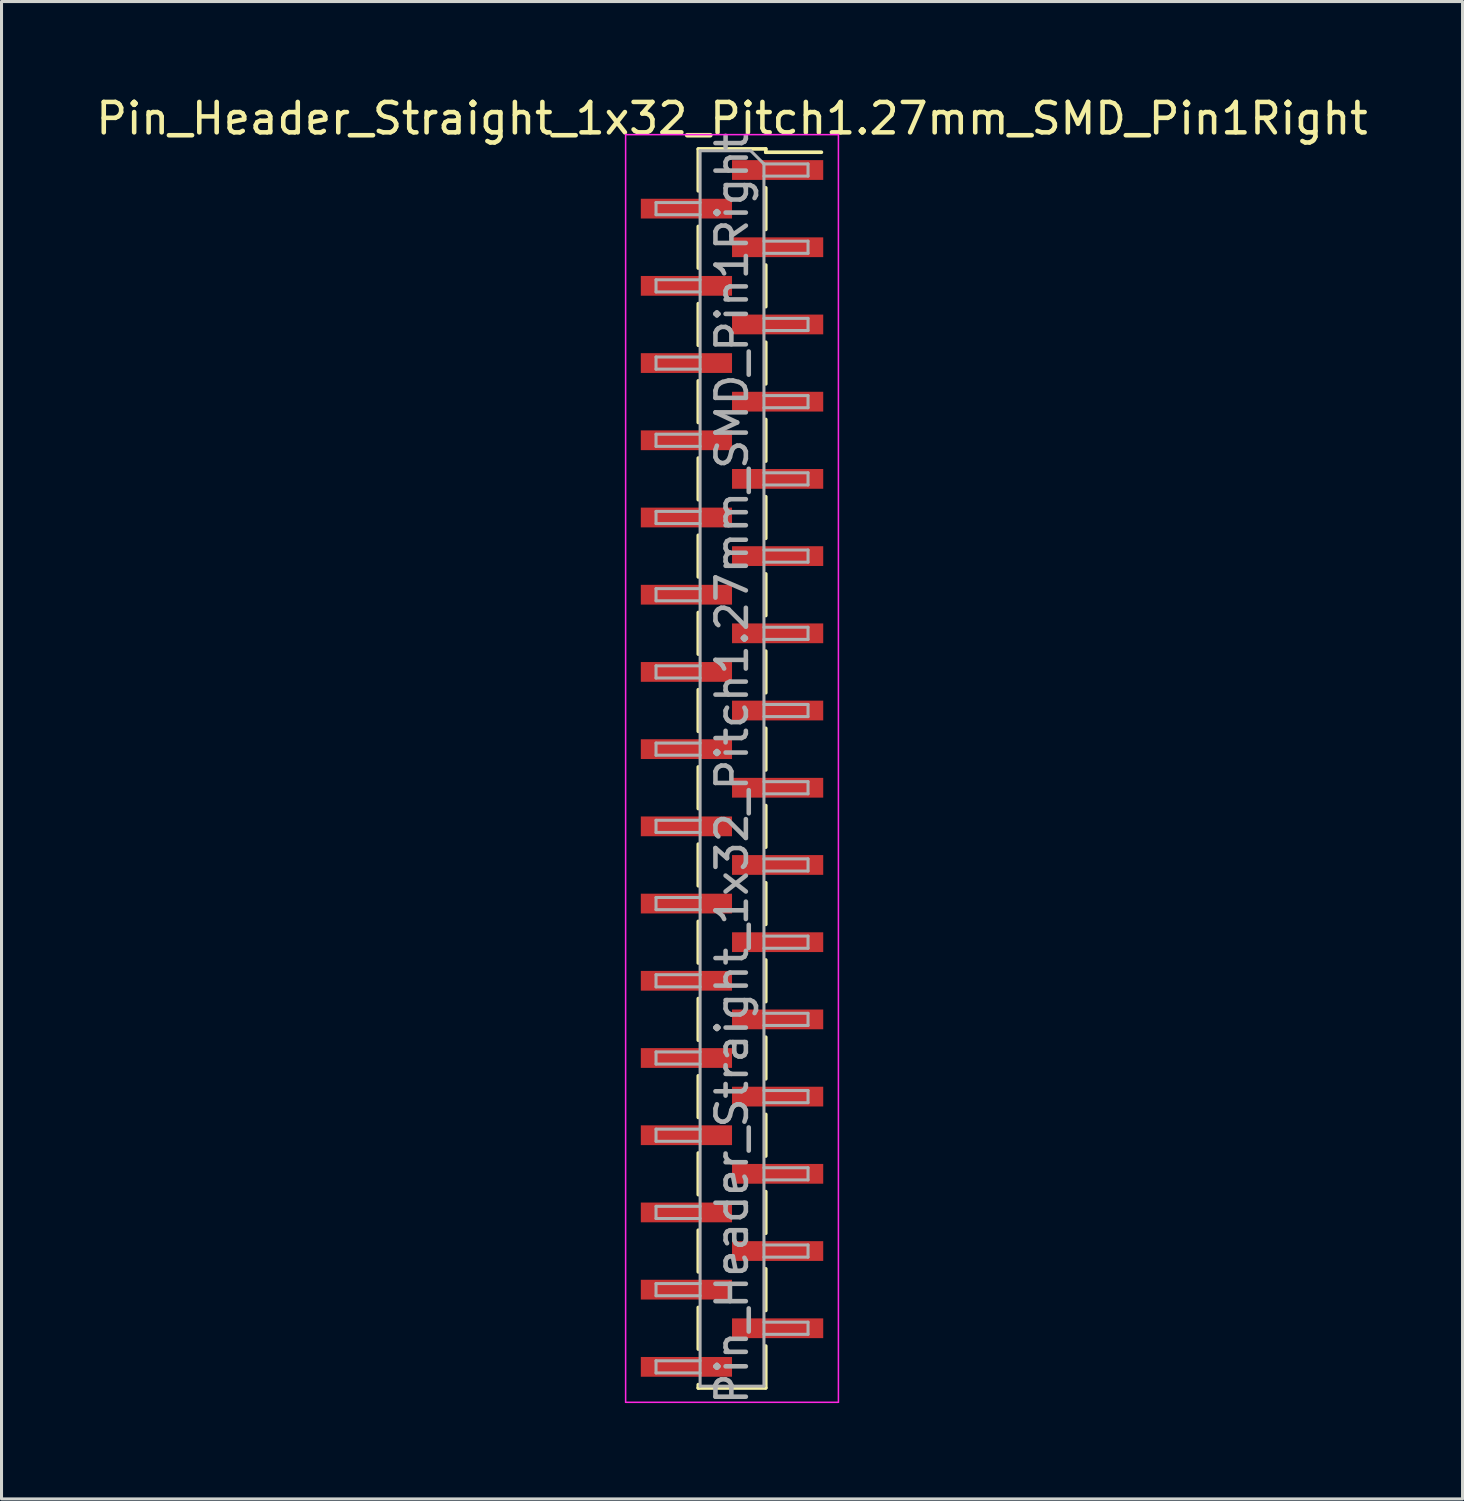
<source format=kicad_pcb>
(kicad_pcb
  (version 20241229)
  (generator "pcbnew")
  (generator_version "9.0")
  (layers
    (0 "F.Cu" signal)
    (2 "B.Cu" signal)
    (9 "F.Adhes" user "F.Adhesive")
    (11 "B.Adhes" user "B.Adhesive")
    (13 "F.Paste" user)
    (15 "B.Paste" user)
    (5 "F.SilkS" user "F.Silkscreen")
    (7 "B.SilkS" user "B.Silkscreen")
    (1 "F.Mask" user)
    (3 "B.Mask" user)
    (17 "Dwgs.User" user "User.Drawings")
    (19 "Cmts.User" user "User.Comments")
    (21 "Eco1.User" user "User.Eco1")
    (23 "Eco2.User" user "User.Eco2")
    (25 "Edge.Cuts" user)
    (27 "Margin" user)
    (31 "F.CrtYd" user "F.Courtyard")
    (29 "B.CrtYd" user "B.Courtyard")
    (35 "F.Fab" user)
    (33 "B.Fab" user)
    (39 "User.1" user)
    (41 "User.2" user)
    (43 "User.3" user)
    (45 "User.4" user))
  (footprint "Pin_Header_Straight_1x32_Pitch1.27mm_SMD_Pin1Right"
    (layer "F.Cu")
    (at 21.03 22.228)
    (property "Reference" "Pin_Header_Straight_1x32_Pitch1.27mm_SMD_Pin1Right" (at 0 -21.38 0) (layer "F.SilkS") (effects (font (size 1 1) (thickness 0.15))))
    (attr smd)
    (fp_line (start -1.11 -20.38) (end 1.11 -20.38) (stroke (width 0.12) (type solid)) (layer "F.SilkS"))
    (fp_line (start -1.11 -20.37) (end -1.11 -19) (stroke (width 0.12) (type solid)) (layer "F.SilkS"))
    (fp_line (start -1.11 -17.83) (end -1.11 -16.46) (stroke (width 0.12) (type solid)) (layer "F.SilkS"))
    (fp_line (start -1.11 -15.29) (end -1.11 -13.92) (stroke (width 0.12) (type solid)) (layer "F.SilkS"))
    (fp_line (start -1.11 -12.75) (end -1.11 -11.38) (stroke (width 0.12) (type solid)) (layer "F.SilkS"))
    (fp_line (start -1.11 -10.21) (end -1.11 -8.84) (stroke (width 0.12) (type solid)) (layer "F.SilkS"))
    (fp_line (start -1.11 -7.67) (end -1.11 -6.3) (stroke (width 0.12) (type solid)) (layer "F.SilkS"))
    (fp_line (start -1.11 -5.13) (end -1.11 -3.76) (stroke (width 0.12) (type solid)) (layer "F.SilkS"))
    (fp_line (start -1.11 -2.59) (end -1.11 -1.22) (stroke (width 0.12) (type solid)) (layer "F.SilkS"))
    (fp_line (start -1.11 -0.05) (end -1.11 1.32) (stroke (width 0.12) (type solid)) (layer "F.SilkS"))
    (fp_line (start -1.11 2.49) (end -1.11 3.86) (stroke (width 0.12) (type solid)) (layer "F.SilkS"))
    (fp_line (start -1.11 5.03) (end -1.11 6.4) (stroke (width 0.12) (type solid)) (layer "F.SilkS"))
    (fp_line (start -1.11 7.57) (end -1.11 8.94) (stroke (width 0.12) (type solid)) (layer "F.SilkS"))
    (fp_line (start -1.11 10.11) (end -1.11 11.48) (stroke (width 0.12) (type solid)) (layer "F.SilkS"))
    (fp_line (start -1.11 12.65) (end -1.11 14.02) (stroke (width 0.12) (type solid)) (layer "F.SilkS"))
    (fp_line (start -1.11 15.19) (end -1.11 16.56) (stroke (width 0.12) (type solid)) (layer "F.SilkS"))
    (fp_line (start -1.11 17.73) (end -1.11 19.1) (stroke (width 0.12) (type solid)) (layer "F.SilkS"))
    (fp_line (start -1.11 20.27) (end -1.11 20.38) (stroke (width 0.12) (type solid)) (layer "F.SilkS"))
    (fp_line (start -1.11 20.38) (end 1.11 20.38) (stroke (width 0.12) (type solid)) (layer "F.SilkS"))
    (fp_line (start 1.11 -20.38) (end 1.11 -20.27) (stroke (width 0.12) (type solid)) (layer "F.SilkS"))
    (fp_line (start 1.11 -20.27) (end 2.94 -20.27) (stroke (width 0.12) (type solid)) (layer "F.SilkS"))
    (fp_line (start 1.11 -19.1) (end 1.11 -17.73) (stroke (width 0.12) (type solid)) (layer "F.SilkS"))
    (fp_line (start 1.11 -16.56) (end 1.11 -15.19) (stroke (width 0.12) (type solid)) (layer "F.SilkS"))
    (fp_line (start 1.11 -14.02) (end 1.11 -12.65) (stroke (width 0.12) (type solid)) (layer "F.SilkS"))
    (fp_line (start 1.11 -11.48) (end 1.11 -10.11) (stroke (width 0.12) (type solid)) (layer "F.SilkS"))
    (fp_line (start 1.11 -8.94) (end 1.11 -7.57) (stroke (width 0.12) (type solid)) (layer "F.SilkS"))
    (fp_line (start 1.11 -6.4) (end 1.11 -5.03) (stroke (width 0.12) (type solid)) (layer "F.SilkS"))
    (fp_line (start 1.11 -3.86) (end 1.11 -2.49) (stroke (width 0.12) (type solid)) (layer "F.SilkS"))
    (fp_line (start 1.11 -1.32) (end 1.11 0.05) (stroke (width 0.12) (type solid)) (layer "F.SilkS"))
    (fp_line (start 1.11 1.22) (end 1.11 2.59) (stroke (width 0.12) (type solid)) (layer "F.SilkS"))
    (fp_line (start 1.11 3.76) (end 1.11 5.13) (stroke (width 0.12) (type solid)) (layer "F.SilkS"))
    (fp_line (start 1.11 6.3) (end 1.11 7.67) (stroke (width 0.12) (type solid)) (layer "F.SilkS"))
    (fp_line (start 1.11 8.84) (end 1.11 10.21) (stroke (width 0.12) (type solid)) (layer "F.SilkS"))
    (fp_line (start 1.11 11.38) (end 1.11 12.75) (stroke (width 0.12) (type solid)) (layer "F.SilkS"))
    (fp_line (start 1.11 13.92) (end 1.11 15.29) (stroke (width 0.12) (type solid)) (layer "F.SilkS"))
    (fp_line (start 1.11 16.46) (end 1.11 17.83) (stroke (width 0.12) (type solid)) (layer "F.SilkS"))
    (fp_line (start 1.11 19) (end 1.11 20.37) (stroke (width 0.12) (type solid)) (layer "F.SilkS"))
    (fp_line (start -3.5 -20.85) (end -3.5 20.85) (stroke (width 0.05) (type solid)) (layer "F.CrtYd"))
    (fp_line (start -3.5 20.85) (end 3.5 20.85) (stroke (width 0.05) (type solid)) (layer "F.CrtYd"))
    (fp_line (start 3.5 -20.85) (end -3.5 -20.85) (stroke (width 0.05) (type solid)) (layer "F.CrtYd"))
    (fp_line (start 3.5 20.85) (end 3.5 -20.85) (stroke (width 0.05) (type solid)) (layer "F.CrtYd"))
    (fp_line (start -2.5 -18.615) (end -2.5 -18.215) (stroke (width 0.1) (type solid)) (layer "F.Fab"))
    (fp_line (start -2.5 -18.215) (end -1.05 -18.215) (stroke (width 0.1) (type solid)) (layer "F.Fab"))
    (fp_line (start -2.5 -16.075) (end -2.5 -15.675) (stroke (width 0.1) (type solid)) (layer "F.Fab"))
    (fp_line (start -2.5 -15.675) (end -1.05 -15.675) (stroke (width 0.1) (type solid)) (layer "F.Fab"))
    (fp_line (start -2.5 -13.535) (end -2.5 -13.135) (stroke (width 0.1) (type solid)) (layer "F.Fab"))
    (fp_line (start -2.5 -13.135) (end -1.05 -13.135) (stroke (width 0.1) (type solid)) (layer "F.Fab"))
    (fp_line (start -2.5 -10.995) (end -2.5 -10.595) (stroke (width 0.1) (type solid)) (layer "F.Fab"))
    (fp_line (start -2.5 -10.595) (end -1.05 -10.595) (stroke (width 0.1) (type solid)) (layer "F.Fab"))
    (fp_line (start -2.5 -8.455) (end -2.5 -8.055) (stroke (width 0.1) (type solid)) (layer "F.Fab"))
    (fp_line (start -2.5 -8.055) (end -1.05 -8.055) (stroke (width 0.1) (type solid)) (layer "F.Fab"))
    (fp_line (start -2.5 -5.915) (end -2.5 -5.515) (stroke (width 0.1) (type solid)) (layer "F.Fab"))
    (fp_line (start -2.5 -5.515) (end -1.05 -5.515) (stroke (width 0.1) (type solid)) (layer "F.Fab"))
    (fp_line (start -2.5 -3.375) (end -2.5 -2.975) (stroke (width 0.1) (type solid)) (layer "F.Fab"))
    (fp_line (start -2.5 -2.975) (end -1.05 -2.975) (stroke (width 0.1) (type solid)) (layer "F.Fab"))
    (fp_line (start -2.5 -0.835) (end -2.5 -0.435) (stroke (width 0.1) (type solid)) (layer "F.Fab"))
    (fp_line (start -2.5 -0.435) (end -1.05 -0.435) (stroke (width 0.1) (type solid)) (layer "F.Fab"))
    (fp_line (start -2.5 1.705) (end -2.5 2.105) (stroke (width 0.1) (type solid)) (layer "F.Fab"))
    (fp_line (start -2.5 2.105) (end -1.05 2.105) (stroke (width 0.1) (type solid)) (layer "F.Fab"))
    (fp_line (start -2.5 4.245) (end -2.5 4.645) (stroke (width 0.1) (type solid)) (layer "F.Fab"))
    (fp_line (start -2.5 4.645) (end -1.05 4.645) (stroke (width 0.1) (type solid)) (layer "F.Fab"))
    (fp_line (start -2.5 6.785) (end -2.5 7.185) (stroke (width 0.1) (type solid)) (layer "F.Fab"))
    (fp_line (start -2.5 7.185) (end -1.05 7.185) (stroke (width 0.1) (type solid)) (layer "F.Fab"))
    (fp_line (start -2.5 9.325) (end -2.5 9.725) (stroke (width 0.1) (type solid)) (layer "F.Fab"))
    (fp_line (start -2.5 9.725) (end -1.05 9.725) (stroke (width 0.1) (type solid)) (layer "F.Fab"))
    (fp_line (start -2.5 11.865) (end -2.5 12.265) (stroke (width 0.1) (type solid)) (layer "F.Fab"))
    (fp_line (start -2.5 12.265) (end -1.05 12.265) (stroke (width 0.1) (type solid)) (layer "F.Fab"))
    (fp_line (start -2.5 14.405) (end -2.5 14.805) (stroke (width 0.1) (type solid)) (layer "F.Fab"))
    (fp_line (start -2.5 14.805) (end -1.05 14.805) (stroke (width 0.1) (type solid)) (layer "F.Fab"))
    (fp_line (start -2.5 16.945) (end -2.5 17.345) (stroke (width 0.1) (type solid)) (layer "F.Fab"))
    (fp_line (start -2.5 17.345) (end -1.05 17.345) (stroke (width 0.1) (type solid)) (layer "F.Fab"))
    (fp_line (start -2.5 19.485) (end -2.5 19.885) (stroke (width 0.1) (type solid)) (layer "F.Fab"))
    (fp_line (start -2.5 19.885) (end -1.05 19.885) (stroke (width 0.1) (type solid)) (layer "F.Fab"))
    (fp_line (start -1.05 -20.32) (end -1.05 20.32) (stroke (width 0.1) (type solid)) (layer "F.Fab"))
    (fp_line (start -1.05 -20.32) (end 0.615 -20.32) (stroke (width 0.1) (type solid)) (layer "F.Fab"))
    (fp_line (start -1.05 -18.615) (end -2.5 -18.615) (stroke (width 0.1) (type solid)) (layer "F.Fab"))
    (fp_line (start -1.05 -16.075) (end -2.5 -16.075) (stroke (width 0.1) (type solid)) (layer "F.Fab"))
    (fp_line (start -1.05 -13.535) (end -2.5 -13.535) (stroke (width 0.1) (type solid)) (layer "F.Fab"))
    (fp_line (start -1.05 -10.995) (end -2.5 -10.995) (stroke (width 0.1) (type solid)) (layer "F.Fab"))
    (fp_line (start -1.05 -8.455) (end -2.5 -8.455) (stroke (width 0.1) (type solid)) (layer "F.Fab"))
    (fp_line (start -1.05 -5.915) (end -2.5 -5.915) (stroke (width 0.1) (type solid)) (layer "F.Fab"))
    (fp_line (start -1.05 -3.375) (end -2.5 -3.375) (stroke (width 0.1) (type solid)) (layer "F.Fab"))
    (fp_line (start -1.05 -0.835) (end -2.5 -0.835) (stroke (width 0.1) (type solid)) (layer "F.Fab"))
    (fp_line (start -1.05 1.705) (end -2.5 1.705) (stroke (width 0.1) (type solid)) (layer "F.Fab"))
    (fp_line (start -1.05 4.245) (end -2.5 4.245) (stroke (width 0.1) (type solid)) (layer "F.Fab"))
    (fp_line (start -1.05 6.785) (end -2.5 6.785) (stroke (width 0.1) (type solid)) (layer "F.Fab"))
    (fp_line (start -1.05 9.325) (end -2.5 9.325) (stroke (width 0.1) (type solid)) (layer "F.Fab"))
    (fp_line (start -1.05 11.865) (end -2.5 11.865) (stroke (width 0.1) (type solid)) (layer "F.Fab"))
    (fp_line (start -1.05 14.405) (end -2.5 14.405) (stroke (width 0.1) (type solid)) (layer "F.Fab"))
    (fp_line (start -1.05 16.945) (end -2.5 16.945) (stroke (width 0.1) (type solid)) (layer "F.Fab"))
    (fp_line (start -1.05 19.485) (end -2.5 19.485) (stroke (width 0.1) (type solid)) (layer "F.Fab"))
    (fp_line (start 1.05 -19.885) (end 0.615 -20.32) (stroke (width 0.1) (type solid)) (layer "F.Fab"))
    (fp_line (start 1.05 -19.885) (end 2.5 -19.885) (stroke (width 0.1) (type solid)) (layer "F.Fab"))
    (fp_line (start 1.05 -17.345) (end 2.5 -17.345) (stroke (width 0.1) (type solid)) (layer "F.Fab"))
    (fp_line (start 1.05 -14.805) (end 2.5 -14.805) (stroke (width 0.1) (type solid)) (layer "F.Fab"))
    (fp_line (start 1.05 -12.265) (end 2.5 -12.265) (stroke (width 0.1) (type solid)) (layer "F.Fab"))
    (fp_line (start 1.05 -9.725) (end 2.5 -9.725) (stroke (width 0.1) (type solid)) (layer "F.Fab"))
    (fp_line (start 1.05 -7.185) (end 2.5 -7.185) (stroke (width 0.1) (type solid)) (layer "F.Fab"))
    (fp_line (start 1.05 -4.645) (end 2.5 -4.645) (stroke (width 0.1) (type solid)) (layer "F.Fab"))
    (fp_line (start 1.05 -2.105) (end 2.5 -2.105) (stroke (width 0.1) (type solid)) (layer "F.Fab"))
    (fp_line (start 1.05 0.435) (end 2.5 0.435) (stroke (width 0.1) (type solid)) (layer "F.Fab"))
    (fp_line (start 1.05 2.975) (end 2.5 2.975) (stroke (width 0.1) (type solid)) (layer "F.Fab"))
    (fp_line (start 1.05 5.515) (end 2.5 5.515) (stroke (width 0.1) (type solid)) (layer "F.Fab"))
    (fp_line (start 1.05 8.055) (end 2.5 8.055) (stroke (width 0.1) (type solid)) (layer "F.Fab"))
    (fp_line (start 1.05 10.595) (end 2.5 10.595) (stroke (width 0.1) (type solid)) (layer "F.Fab"))
    (fp_line (start 1.05 13.135) (end 2.5 13.135) (stroke (width 0.1) (type solid)) (layer "F.Fab"))
    (fp_line (start 1.05 15.675) (end 2.5 15.675) (stroke (width 0.1) (type solid)) (layer "F.Fab"))
    (fp_line (start 1.05 18.215) (end 2.5 18.215) (stroke (width 0.1) (type solid)) (layer "F.Fab"))
    (fp_line (start 1.05 20.32) (end -1.05 20.32) (stroke (width 0.1) (type solid)) (layer "F.Fab"))
    (fp_line (start 1.05 20.32) (end 1.05 -19.885) (stroke (width 0.1) (type solid)) (layer "F.Fab"))
    (fp_line (start 2.5 -19.885) (end 2.5 -19.485) (stroke (width 0.1) (type solid)) (layer "F.Fab"))
    (fp_line (start 2.5 -19.485) (end 1.05 -19.485) (stroke (width 0.1) (type solid)) (layer "F.Fab"))
    (fp_line (start 2.5 -17.345) (end 2.5 -16.945) (stroke (width 0.1) (type solid)) (layer "F.Fab"))
    (fp_line (start 2.5 -16.945) (end 1.05 -16.945) (stroke (width 0.1) (type solid)) (layer "F.Fab"))
    (fp_line (start 2.5 -14.805) (end 2.5 -14.405) (stroke (width 0.1) (type solid)) (layer "F.Fab"))
    (fp_line (start 2.5 -14.405) (end 1.05 -14.405) (stroke (width 0.1) (type solid)) (layer "F.Fab"))
    (fp_line (start 2.5 -12.265) (end 2.5 -11.865) (stroke (width 0.1) (type solid)) (layer "F.Fab"))
    (fp_line (start 2.5 -11.865) (end 1.05 -11.865) (stroke (width 0.1) (type solid)) (layer "F.Fab"))
    (fp_line (start 2.5 -9.725) (end 2.5 -9.325) (stroke (width 0.1) (type solid)) (layer "F.Fab"))
    (fp_line (start 2.5 -9.325) (end 1.05 -9.325) (stroke (width 0.1) (type solid)) (layer "F.Fab"))
    (fp_line (start 2.5 -7.185) (end 2.5 -6.785) (stroke (width 0.1) (type solid)) (layer "F.Fab"))
    (fp_line (start 2.5 -6.785) (end 1.05 -6.785) (stroke (width 0.1) (type solid)) (layer "F.Fab"))
    (fp_line (start 2.5 -4.645) (end 2.5 -4.245) (stroke (width 0.1) (type solid)) (layer "F.Fab"))
    (fp_line (start 2.5 -4.245) (end 1.05 -4.245) (stroke (width 0.1) (type solid)) (layer "F.Fab"))
    (fp_line (start 2.5 -2.105) (end 2.5 -1.705) (stroke (width 0.1) (type solid)) (layer "F.Fab"))
    (fp_line (start 2.5 -1.705) (end 1.05 -1.705) (stroke (width 0.1) (type solid)) (layer "F.Fab"))
    (fp_line (start 2.5 0.435) (end 2.5 0.835) (stroke (width 0.1) (type solid)) (layer "F.Fab"))
    (fp_line (start 2.5 0.835) (end 1.05 0.835) (stroke (width 0.1) (type solid)) (layer "F.Fab"))
    (fp_line (start 2.5 2.975) (end 2.5 3.375) (stroke (width 0.1) (type solid)) (layer "F.Fab"))
    (fp_line (start 2.5 3.375) (end 1.05 3.375) (stroke (width 0.1) (type solid)) (layer "F.Fab"))
    (fp_line (start 2.5 5.515) (end 2.5 5.915) (stroke (width 0.1) (type solid)) (layer "F.Fab"))
    (fp_line (start 2.5 5.915) (end 1.05 5.915) (stroke (width 0.1) (type solid)) (layer "F.Fab"))
    (fp_line (start 2.5 8.055) (end 2.5 8.455) (stroke (width 0.1) (type solid)) (layer "F.Fab"))
    (fp_line (start 2.5 8.455) (end 1.05 8.455) (stroke (width 0.1) (type solid)) (layer "F.Fab"))
    (fp_line (start 2.5 10.595) (end 2.5 10.995) (stroke (width 0.1) (type solid)) (layer "F.Fab"))
    (fp_line (start 2.5 10.995) (end 1.05 10.995) (stroke (width 0.1) (type solid)) (layer "F.Fab"))
    (fp_line (start 2.5 13.135) (end 2.5 13.535) (stroke (width 0.1) (type solid)) (layer "F.Fab"))
    (fp_line (start 2.5 13.535) (end 1.05 13.535) (stroke (width 0.1) (type solid)) (layer "F.Fab"))
    (fp_line (start 2.5 15.675) (end 2.5 16.075) (stroke (width 0.1) (type solid)) (layer "F.Fab"))
    (fp_line (start 2.5 16.075) (end 1.05 16.075) (stroke (width 0.1) (type solid)) (layer "F.Fab"))
    (fp_line (start 2.5 18.215) (end 2.5 18.615) (stroke (width 0.1) (type solid)) (layer "F.Fab"))
    (fp_line (start 2.5 18.615) (end 1.05 18.615) (stroke (width 0.1) (type solid)) (layer "F.Fab"))
    (fp_text user "${REFERENCE}" (at 0 0 90) (layer "F.Fab") (effects (font (size 1 1) (thickness 0.15))))
    (pad "1" smd rect (at 1.5 -19.685) (size 3 0.65) (layers "F.Cu" "F.Mask" "F.Paste"))
    (pad "2" smd rect (at -1.5 -18.415) (size 3 0.65) (layers "F.Cu" "F.Mask" "F.Paste"))
    (pad "3" smd rect (at 1.5 -17.145) (size 3 0.65) (layers "F.Cu" "F.Mask" "F.Paste"))
    (pad "4" smd rect (at -1.5 -15.875) (size 3 0.65) (layers "F.Cu" "F.Mask" "F.Paste"))
    (pad "5" smd rect (at 1.5 -14.605) (size 3 0.65) (layers "F.Cu" "F.Mask" "F.Paste"))
    (pad "6" smd rect (at -1.5 -13.335) (size 3 0.65) (layers "F.Cu" "F.Mask" "F.Paste"))
    (pad "7" smd rect (at 1.5 -12.065) (size 3 0.65) (layers "F.Cu" "F.Mask" "F.Paste"))
    (pad "8" smd rect (at -1.5 -10.795) (size 3 0.65) (layers "F.Cu" "F.Mask" "F.Paste"))
    (pad "9" smd rect (at 1.5 -9.525) (size 3 0.65) (layers "F.Cu" "F.Mask" "F.Paste"))
    (pad "10" smd rect (at -1.5 -8.255) (size 3 0.65) (layers "F.Cu" "F.Mask" "F.Paste"))
    (pad "11" smd rect (at 1.5 -6.985) (size 3 0.65) (layers "F.Cu" "F.Mask" "F.Paste"))
    (pad "12" smd rect (at -1.5 -5.715) (size 3 0.65) (layers "F.Cu" "F.Mask" "F.Paste"))
    (pad "13" smd rect (at 1.5 -4.445) (size 3 0.65) (layers "F.Cu" "F.Mask" "F.Paste"))
    (pad "14" smd rect (at -1.5 -3.175) (size 3 0.65) (layers "F.Cu" "F.Mask" "F.Paste"))
    (pad "15" smd rect (at 1.5 -1.905) (size 3 0.65) (layers "F.Cu" "F.Mask" "F.Paste"))
    (pad "16" smd rect (at -1.5 -0.635) (size 3 0.65) (layers "F.Cu" "F.Mask" "F.Paste"))
    (pad "17" smd rect (at 1.5 0.635) (size 3 0.65) (layers "F.Cu" "F.Mask" "F.Paste"))
    (pad "18" smd rect (at -1.5 1.905) (size 3 0.65) (layers "F.Cu" "F.Mask" "F.Paste"))
    (pad "19" smd rect (at 1.5 3.175) (size 3 0.65) (layers "F.Cu" "F.Mask" "F.Paste"))
    (pad "20" smd rect (at -1.5 4.445) (size 3 0.65) (layers "F.Cu" "F.Mask" "F.Paste"))
    (pad "21" smd rect (at 1.5 5.715) (size 3 0.65) (layers "F.Cu" "F.Mask" "F.Paste"))
    (pad "22" smd rect (at -1.5 6.985) (size 3 0.65) (layers "F.Cu" "F.Mask" "F.Paste"))
    (pad "23" smd rect (at 1.5 8.255) (size 3 0.65) (layers "F.Cu" "F.Mask" "F.Paste"))
    (pad "24" smd rect (at -1.5 9.525) (size 3 0.65) (layers "F.Cu" "F.Mask" "F.Paste"))
    (pad "25" smd rect (at 1.5 10.795) (size 3 0.65) (layers "F.Cu" "F.Mask" "F.Paste"))
    (pad "26" smd rect (at -1.5 12.065) (size 3 0.65) (layers "F.Cu" "F.Mask" "F.Paste"))
    (pad "27" smd rect (at 1.5 13.335) (size 3 0.65) (layers "F.Cu" "F.Mask" "F.Paste"))
    (pad "28" smd rect (at -1.5 14.605) (size 3 0.65) (layers "F.Cu" "F.Mask" "F.Paste"))
    (pad "29" smd rect (at 1.5 15.875) (size 3 0.65) (layers "F.Cu" "F.Mask" "F.Paste"))
    (pad "30" smd rect (at -1.5 17.145) (size 3 0.65) (layers "F.Cu" "F.Mask" "F.Paste"))
    (pad "31" smd rect (at 1.5 18.415) (size 3 0.65) (layers "F.Cu" "F.Mask" "F.Paste"))
    (pad "32" smd rect (at -1.5 19.685) (size 3 0.65) (layers "F.Cu" "F.Mask" "F.Paste")))
  (gr_rect
    (start -3 -3)
    (end 45.06 46.258)
    (stroke (width 0.1) (type default))
    (fill no)
    (layer "Edge.Cuts")))
</source>
